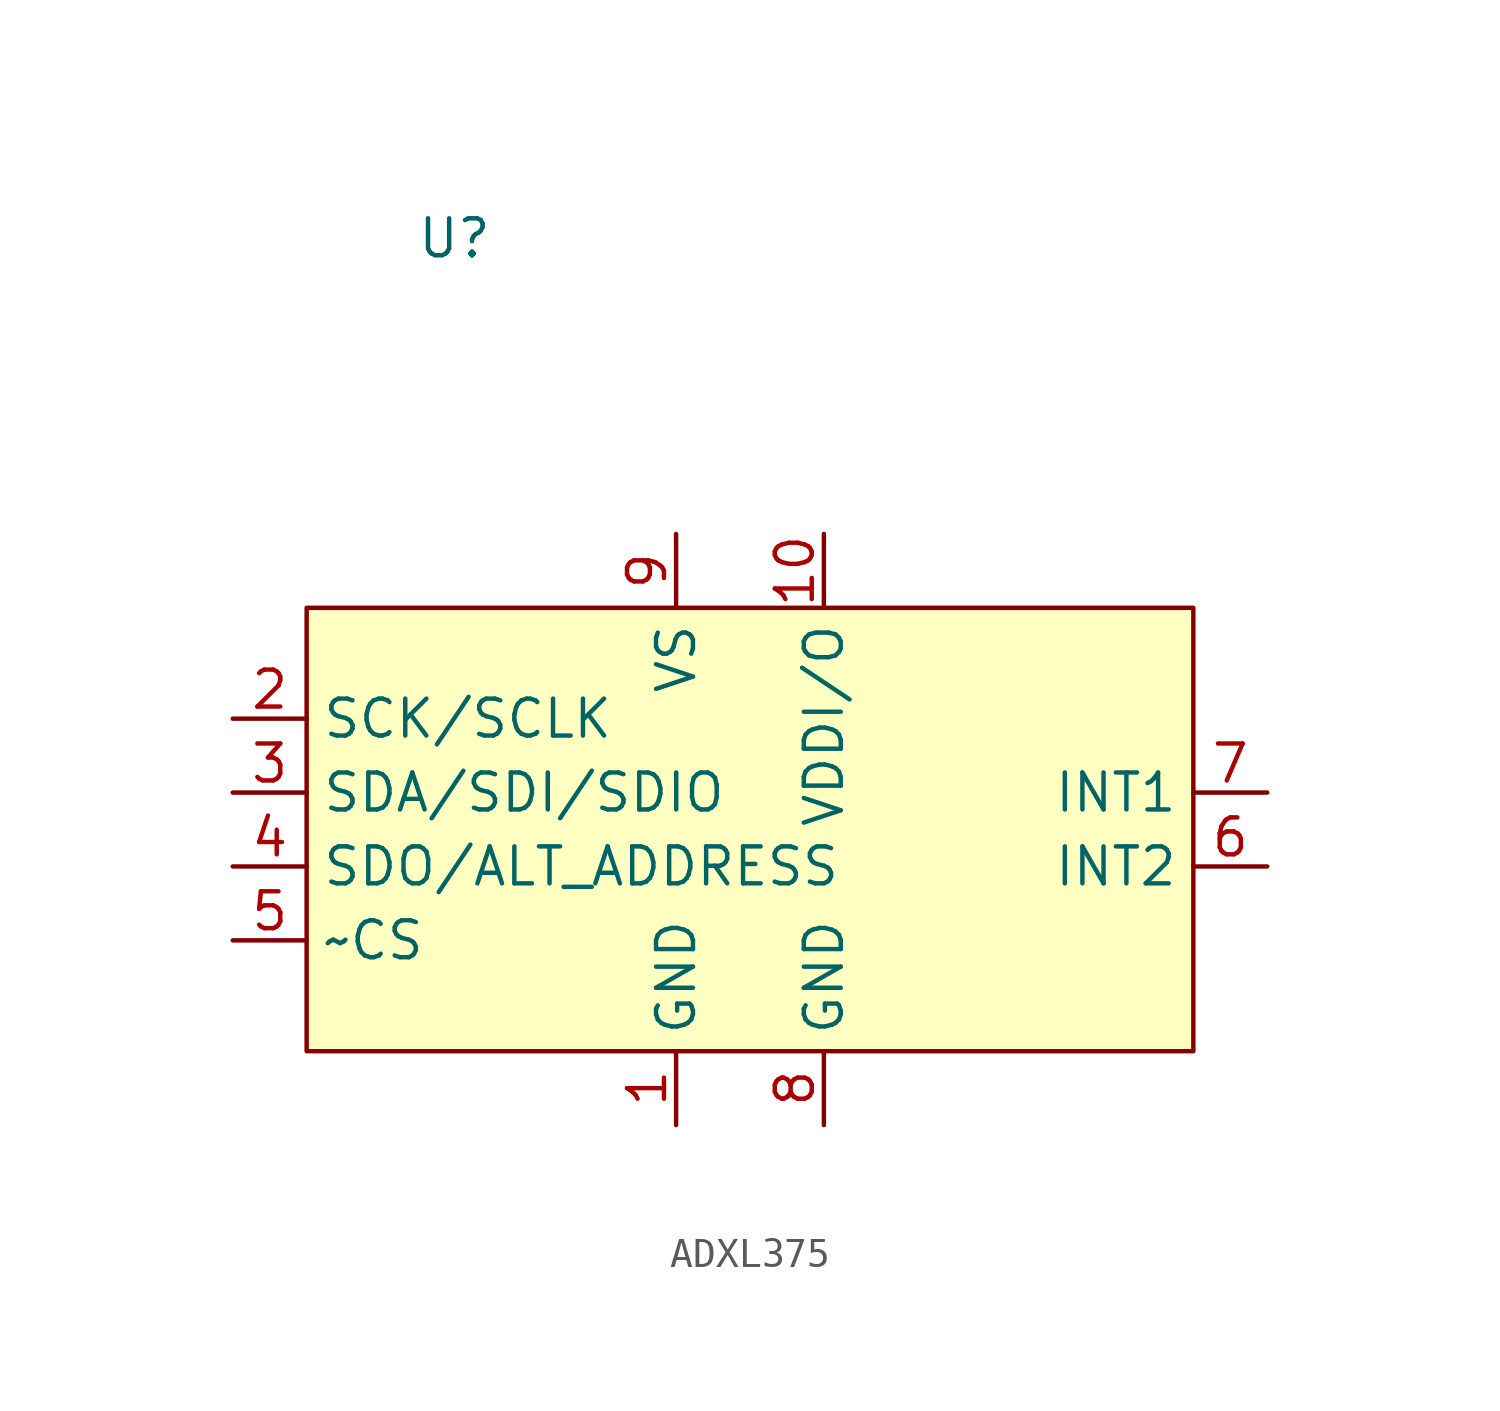
<source format=kicad_sym>
(kicad_symbol_lib
  (version 20220914)
  (generator kicad_symbol_editor)
  (symbol "ADXL375"
    (property "Reference" "U"
      (at -1.27 12.7 0)
      (effects (font (size 1.27 1.27))))
    (property "Value" ""
      (at 0 0 0)
      (effects (font (size 1.27 1.27))))
    (symbol "ADXL375_1_1"
      (rectangle (start -6.35 0) (end 24.13 -15.24) (stroke (width 0) (type default)) (fill (type background)))
      (pin power_in line (at 6.35 -17.78 90) (length 2.54) (name "GND" (effects (font (size 1.27 1.27)))) (number "1" (effects (font (size 1.27 1.27)))))
      (pin power_in line (at 11.43 2.54 270) (length 2.54) (name "VDDI/O" (effects (font (size 1.27 1.27)))) (number "10" (effects (font (size 1.27 1.27)))))
      (pin input line (at -8.89 -3.81 0) (length 2.54) (name "SCK/SCLK" (effects (font (size 1.27 1.27)))) (number "2" (effects (font (size 1.27 1.27)))))
      (pin input line (at -8.89 -6.35 0) (length 2.54) (name "SDA/SDI/SDIO" (effects (font (size 1.27 1.27)))) (number "3" (effects (font (size 1.27 1.27)))))
      (pin output line (at -8.89 -8.89 0) (length 2.54) (name "SDO/ALT_ADDRESS" (effects (font (size 1.27 1.27)))) (number "4" (effects (font (size 1.27 1.27)))))
      (pin input line (at -8.89 -11.43 0) (length 2.54) (name "~CS" (effects (font (size 1.27 1.27)))) (number "5" (effects (font (size 1.27 1.27)))))
      (pin output line (at 26.67 -8.89 180) (length 2.54) (name "INT2" (effects (font (size 1.27 1.27)))) (number "6" (effects (font (size 1.27 1.27)))))
      (pin output line (at 26.67 -6.35 180) (length 2.54) (name "INT1" (effects (font (size 1.27 1.27)))) (number "7" (effects (font (size 1.27 1.27)))))
      (pin power_in line (at 11.43 -17.78 90) (length 2.54) (name "GND" (effects (font (size 1.27 1.27)))) (number "8" (effects (font (size 1.27 1.27)))))
      (pin power_in line (at 6.35 2.54 270) (length 2.54) (name "VS" (effects (font (size 1.27 1.27)))) (number "9" (effects (font (size 1.27 1.27))))))))
</source>
